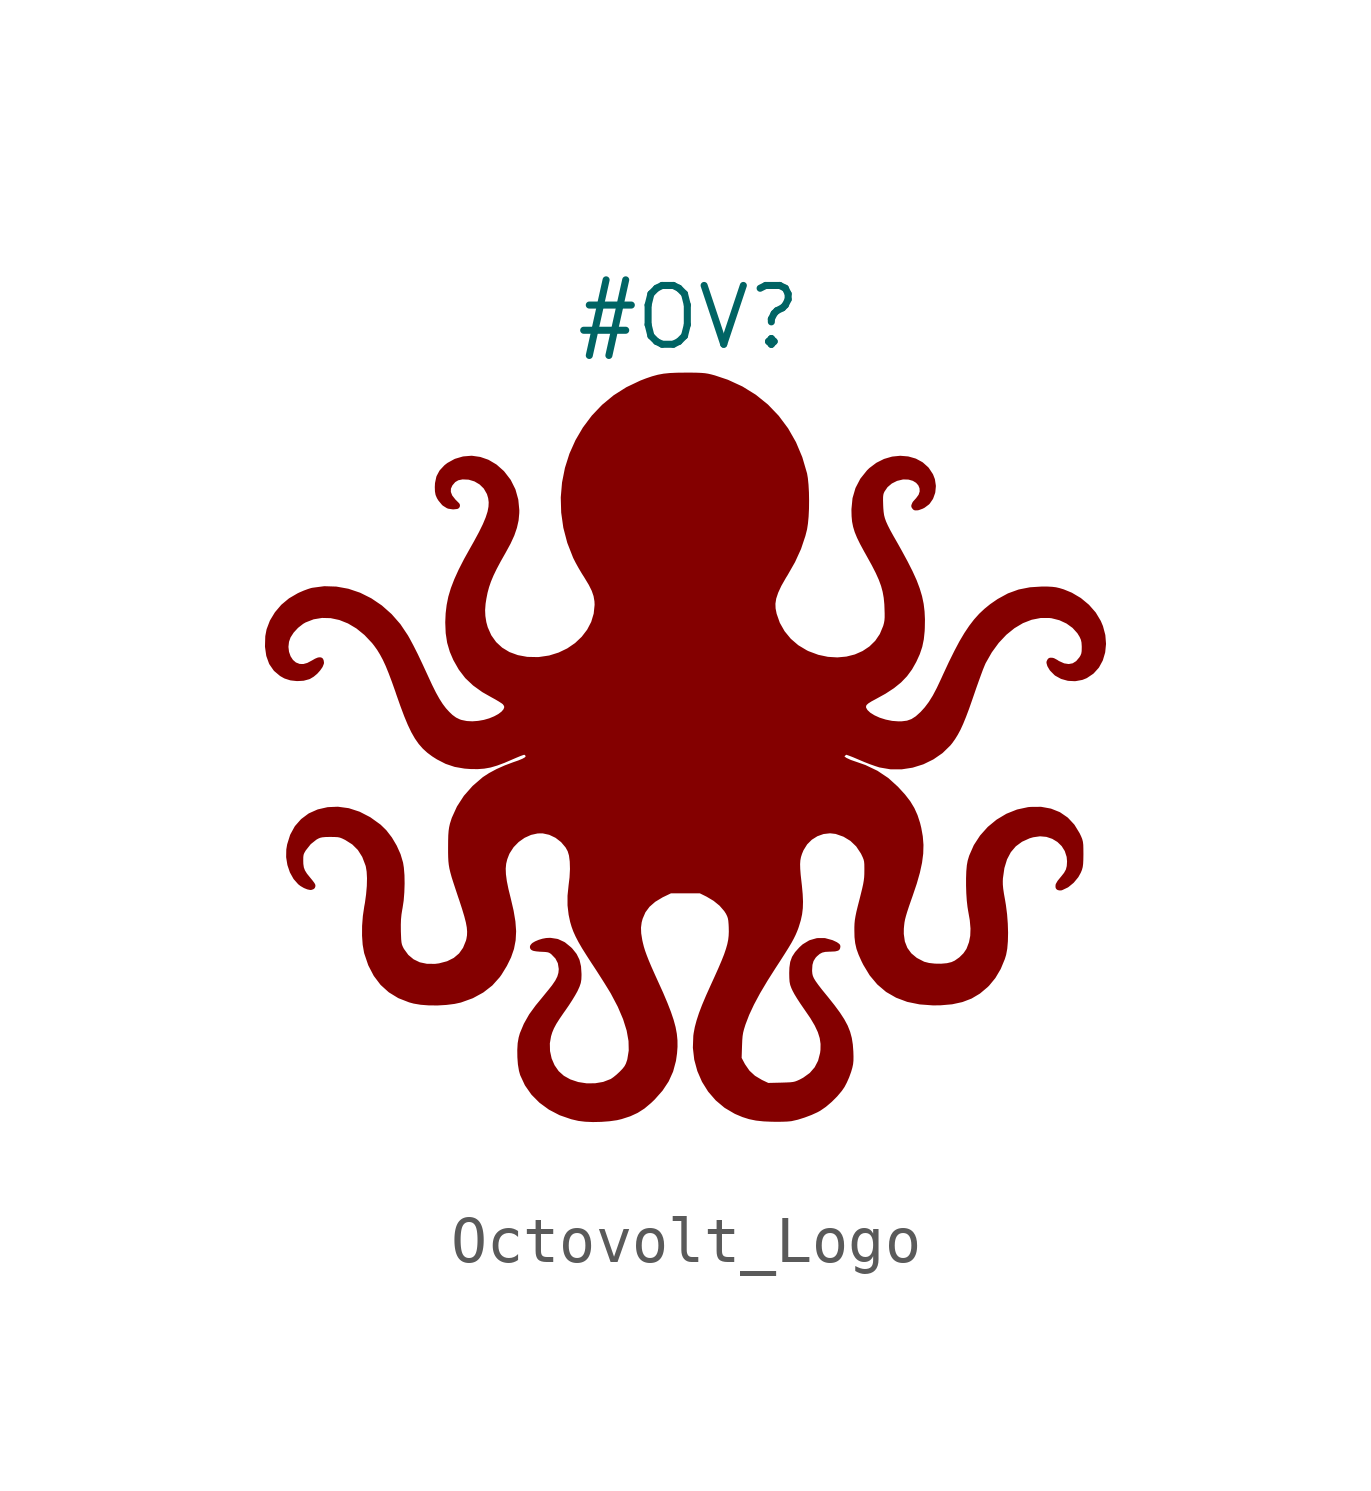
<source format=kicad_sym>
(kicad_symbol_lib
  (version 20211014)
  (generator kicad_symbol_editor)
  (symbol "Octovolt_Logo"
    (property "Reference" "#OV"
      (at 0 9.398 0)
      (effects (font (size 1.27 1.27))))
    (symbol "Octovolt_Logo_1_1"
      (polyline (pts (xy -0.254 8.128) (xy -0.404 8.121) (xy -0.532 8.108) (xy -0.65 8.086) (xy -0.768 8.054) (xy -0.897 8.01) (xy -1.016 7.964) (xy -1.31 7.824) (xy -1.578 7.654) (xy -1.82 7.454) (xy -2.035 7.228) (xy -2.221 6.98) (xy -2.378 6.712) (xy -2.505 6.428) (xy -2.599 6.131) (xy -2.66 5.824) (xy -2.687 5.509) (xy -2.678 5.191) (xy -2.633 4.871) (xy -2.55 4.554) (xy -2.428 4.242) (xy -2.42 4.225) (xy -2.373 4.133) (xy -2.311 4.021) (xy -2.242 3.905) (xy -2.185 3.815) (xy -2.091 3.659) (xy -2.024 3.524) (xy -1.981 3.399) (xy -1.96 3.276) (xy -1.956 3.189) (xy -1.977 2.987) (xy -2.035 2.794) (xy -2.129 2.614) (xy -2.254 2.451) (xy -2.406 2.307) (xy -2.584 2.185) (xy -2.782 2.09) (xy -2.997 2.023) (xy -3.227 1.989) (xy -3.258 1.987) (xy -3.494 1.992) (xy -3.71 2.032) (xy -3.904 2.103) (xy -4.074 2.206) (xy -4.216 2.337) (xy -4.33 2.497) (xy -4.412 2.682) (xy -4.445 2.803) (xy -4.467 2.943) (xy -4.473 3.078) (xy -4.462 3.225) (xy -4.444 3.338) (xy -4.418 3.47) (xy -4.384 3.596) (xy -4.341 3.721) (xy -4.286 3.853) (xy -4.215 4) (xy -4.126 4.167) (xy -4.022 4.351) (xy -3.916 4.545) (xy -3.837 4.717) (xy -3.783 4.875) (xy -3.749 5.026) (xy -3.735 5.179) (xy -3.734 5.232) (xy -3.755 5.45) (xy -3.813 5.658) (xy -3.909 5.85) (xy -4.039 6.019) (xy -4.048 6.029) (xy -4.196 6.16) (xy -4.357 6.255) (xy -4.519 6.311) (xy -4.688 6.335) (xy -4.859 6.321) (xy -5.022 6.273) (xy -5.169 6.192) (xy -5.223 6.15) (xy -5.318 6.048) (xy -5.376 5.939) (xy -5.403 5.811) (xy -5.407 5.735) (xy -5.404 5.649) (xy -5.393 5.586) (xy -5.369 5.53) (xy -5.344 5.489) (xy -5.268 5.397) (xy -5.182 5.343) (xy -5.09 5.329) (xy -5.083 5.329) (xy -5.016 5.336) (xy -5.095 5.415) (xy -5.174 5.515) (xy -5.213 5.617) (xy -5.211 5.717) (xy -5.168 5.812) (xy -5.092 5.901) (xy -5.004 5.953) (xy -4.894 5.976) (xy -4.892 5.977) (xy -4.739 5.97) (xy -4.596 5.927) (xy -4.469 5.852) (xy -4.365 5.75) (xy -4.292 5.623) (xy -4.285 5.608) (xy -4.256 5.51) (xy -4.243 5.41) (xy -4.248 5.303) (xy -4.27 5.186) (xy -4.313 5.053) (xy -4.376 4.902) (xy -4.462 4.727) (xy -4.571 4.525) (xy -4.645 4.394) (xy -4.785 4.143) (xy -4.9 3.918) (xy -4.992 3.715) (xy -5.064 3.528) (xy -5.117 3.351) (xy -5.152 3.177) (xy -5.173 3.002) (xy -5.181 2.82) (xy -5.181 2.806) (xy -5.172 2.586) (xy -5.142 2.389) (xy -5.087 2.202) (xy -5.015 2.034) (xy -4.902 1.835) (xy -4.769 1.661) (xy -4.608 1.509) (xy -4.416 1.371) (xy -4.238 1.27) (xy -4.144 1.218) (xy -4.059 1.168) (xy -3.993 1.125) (xy -3.957 1.097) (xy -3.913 1.032) (xy -3.907 0.964) (xy -3.934 0.896) (xy -3.989 0.831) (xy -4.069 0.77) (xy -4.168 0.716) (xy -4.282 0.669) (xy -4.407 0.633) (xy -4.539 0.61) (xy -4.672 0.6) (xy -4.802 0.607) (xy -4.925 0.632) (xy -4.97 0.647) (xy -5.063 0.692) (xy -5.151 0.756) (xy -5.224 0.826) (xy -5.301 0.91) (xy -5.375 1.008) (xy -5.449 1.124) (xy -5.527 1.264) (xy -5.611 1.433) (xy -5.703 1.632) (xy -5.818 1.881) (xy -5.92 2.096) (xy -6.012 2.278) (xy -6.095 2.433) (xy -6.129 2.493) (xy -6.287 2.729) (xy -6.47 2.938) (xy -6.673 3.118) (xy -6.893 3.267) (xy -7.125 3.383) (xy -7.368 3.465) (xy -7.616 3.51) (xy -7.866 3.518) (xy -8.114 3.485) (xy -8.137 3.48) (xy -8.2 3.46) (xy -8.286 3.428) (xy -8.379 3.388) (xy -8.412 3.372) (xy -8.588 3.269) (xy -8.744 3.139) (xy -8.874 2.986) (xy -8.975 2.819) (xy -9.042 2.643) (xy -9.068 2.506) (xy -9.074 2.292) (xy -9.048 2.107) (xy -8.991 1.949) (xy -8.901 1.819) (xy -8.78 1.717) (xy -8.698 1.671) (xy -8.585 1.635) (xy -8.456 1.621) (xy -8.328 1.628) (xy -8.217 1.658) (xy -8.211 1.661) (xy -8.142 1.702) (xy -8.075 1.758) (xy -8.018 1.822) (xy -7.974 1.885) (xy -7.952 1.94) (xy -7.958 1.979) (xy -7.96 1.982) (xy -7.986 1.981) (xy -8.036 1.96) (xy -8.093 1.927) (xy -8.208 1.866) (xy -8.309 1.838) (xy -8.409 1.839) (xy -8.422 1.842) (xy -8.522 1.881) (xy -8.604 1.952) (xy -8.666 2.047) (xy -8.706 2.161) (xy -8.72 2.284) (xy -8.706 2.41) (xy -8.667 2.521) (xy -8.591 2.639) (xy -8.488 2.751) (xy -8.369 2.844) (xy -8.307 2.88) (xy -8.119 2.953) (xy -7.923 2.985) (xy -7.723 2.98) (xy -7.522 2.937) (xy -7.324 2.858) (xy -7.132 2.744) (xy -6.95 2.596) (xy -6.78 2.416) (xy -6.733 2.356) (xy -6.664 2.26) (xy -6.6 2.155) (xy -6.537 2.038) (xy -6.474 1.902) (xy -6.409 1.742) (xy -6.338 1.554) (xy -6.259 1.331) (xy -6.243 1.282) (xy -6.154 1.03) (xy -6.073 0.814) (xy -5.997 0.631) (xy -5.923 0.476) (xy -5.848 0.345) (xy -5.771 0.235) (xy -5.688 0.14) (xy -5.597 0.057) (xy -5.495 -0.019) (xy -5.399 -0.08) (xy -5.22 -0.172) (xy -5.035 -0.234) (xy -4.832 -0.269) (xy -4.707 -0.278) (xy -4.56 -0.28) (xy -4.426 -0.27) (xy -4.296 -0.247) (xy -4.16 -0.207) (xy -4.005 -0.149) (xy -3.854 -0.084) (xy -3.754 -0.041) (xy -3.665 -0.004) (xy -3.596 0.021) (xy -3.555 0.033) (xy -3.55 0.034) (xy -3.497 0.015) (xy -3.457 -0.029) (xy -3.443 -0.085) (xy -3.445 -0.098) (xy -3.463 -0.134) (xy -3.499 -0.168) (xy -3.561 -0.202) (xy -3.653 -0.24) (xy -3.771 -0.281) (xy -3.946 -0.347) (xy -4.118 -0.424) (xy -4.273 -0.507) (xy -4.399 -0.589) (xy -4.403 -0.592) (xy -4.614 -0.774) (xy -4.794 -0.978) (xy -4.938 -1.2) (xy -5.045 -1.435) (xy -5.083 -1.554) (xy -5.098 -1.621) (xy -5.109 -1.696) (xy -5.116 -1.788) (xy -5.119 -1.906) (xy -5.12 -2.051) (xy -5.12 -2.162) (xy -5.118 -2.255) (xy -5.114 -2.336) (xy -5.106 -2.411) (xy -5.093 -2.488) (xy -5.073 -2.571) (xy -5.046 -2.669) (xy -5.009 -2.785) (xy -4.962 -2.928) (xy -4.904 -3.103) (xy -4.886 -3.154) (xy -4.822 -3.351) (xy -4.773 -3.514) (xy -4.738 -3.65) (xy -4.717 -3.765) (xy -4.709 -3.864) (xy -4.712 -3.952) (xy -4.726 -4.037) (xy -4.738 -4.084) (xy -4.806 -4.251) (xy -4.903 -4.388) (xy -5.032 -4.497) (xy -5.19 -4.576) (xy -5.377 -4.625) (xy -5.47 -4.637) (xy -5.66 -4.636) (xy -5.832 -4.6) (xy -5.983 -4.527) (xy -6.111 -4.42) (xy -6.213 -4.28) (xy -6.228 -4.253) (xy -6.251 -4.205) (xy -6.267 -4.16) (xy -6.278 -4.107) (xy -6.285 -4.036) (xy -6.289 -3.938) (xy -6.292 -3.861) (xy -6.293 -3.715) (xy -6.289 -3.595) (xy -6.278 -3.484) (xy -6.259 -3.365) (xy -6.255 -3.347) (xy -6.231 -3.188) (xy -6.217 -3.01) (xy -6.211 -2.827) (xy -6.214 -2.65) (xy -6.227 -2.491) (xy -6.243 -2.391) (xy -6.294 -2.219) (xy -6.373 -2.043) (xy -6.473 -1.874) (xy -6.587 -1.726) (xy -6.703 -1.613) (xy -6.917 -1.459) (xy -7.136 -1.346) (xy -7.357 -1.274) (xy -7.579 -1.244) (xy -7.787 -1.253) (xy -7.989 -1.299) (xy -8.168 -1.379) (xy -8.319 -1.492) (xy -8.443 -1.633) (xy -8.536 -1.803) (xy -8.597 -1.998) (xy -8.614 -2.099) (xy -8.617 -2.253) (xy -8.592 -2.409) (xy -8.542 -2.556) (xy -8.47 -2.685) (xy -8.38 -2.787) (xy -8.341 -2.817) (xy -8.276 -2.855) (xy -8.214 -2.88) (xy -8.165 -2.89) (xy -8.139 -2.881) (xy -8.137 -2.874) (xy -8.15 -2.852) (xy -8.183 -2.808) (xy -8.229 -2.752) (xy -8.306 -2.657) (xy -8.356 -2.576) (xy -8.385 -2.498) (xy -8.398 -2.41) (xy -8.4 -2.336) (xy -8.399 -2.249) (xy -8.391 -2.188) (xy -8.372 -2.137) (xy -8.338 -2.078) (xy -8.331 -2.067) (xy -8.216 -1.922) (xy -8.08 -1.814) (xy -8.031 -1.787) (xy -7.981 -1.766) (xy -7.922 -1.753) (xy -7.843 -1.746) (xy -7.739 -1.744) (xy -7.639 -1.746) (xy -7.568 -1.75) (xy -7.51 -1.762) (xy -7.453 -1.784) (xy -7.381 -1.819) (xy -7.218 -1.922) (xy -7.085 -2.054) (xy -6.982 -2.217) (xy -6.908 -2.41) (xy -6.898 -2.445) (xy -6.879 -2.562) (xy -6.871 -2.711) (xy -6.875 -2.882) (xy -6.891 -3.067) (xy -6.917 -3.258) (xy -6.931 -3.332) (xy -6.961 -3.536) (xy -6.977 -3.745) (xy -6.978 -3.95) (xy -6.965 -4.138) (xy -6.937 -4.299) (xy -6.933 -4.316) (xy -6.849 -4.564) (xy -6.737 -4.779) (xy -6.598 -4.963) (xy -6.431 -5.114) (xy -6.237 -5.233) (xy -6.014 -5.32) (xy -5.922 -5.345) (xy -5.777 -5.369) (xy -5.606 -5.382) (xy -5.421 -5.383) (xy -5.238 -5.372) (xy -5.07 -5.351) (xy -4.941 -5.323) (xy -4.694 -5.234) (xy -4.478 -5.116) (xy -4.293 -4.972) (xy -4.141 -4.802) (xy -4.106 -4.753) (xy -3.993 -4.568) (xy -3.907 -4.393) (xy -3.847 -4.22) (xy -3.813 -4.044) (xy -3.803 -3.858) (xy -3.818 -3.654) (xy -3.856 -3.427) (xy -3.915 -3.173) (xy -3.967 -2.962) (xy -4.003 -2.784) (xy -4.023 -2.633) (xy -4.028 -2.502) (xy -4.017 -2.386) (xy -3.991 -2.279) (xy -3.95 -2.173) (xy -3.933 -2.136) (xy -3.841 -1.994) (xy -3.721 -1.871) (xy -3.582 -1.773) (xy -3.429 -1.704) (xy -3.271 -1.669) (xy -3.147 -1.667) (xy -2.987 -1.702) (xy -2.836 -1.774) (xy -2.703 -1.877) (xy -2.596 -2.004) (xy -2.543 -2.1) (xy -2.511 -2.206) (xy -2.493 -2.347) (xy -2.488 -2.514) (xy -2.498 -2.703) (xy -2.518 -2.869) (xy -2.541 -3.093) (xy -2.541 -3.294) (xy -2.518 -3.489) (xy -2.486 -3.639) (xy -2.457 -3.737) (xy -2.421 -3.835) (xy -2.374 -3.939) (xy -2.314 -4.054) (xy -2.237 -4.187) (xy -2.14 -4.341) (xy -2.022 -4.524) (xy -2.012 -4.538) (xy -1.925 -4.671) (xy -1.838 -4.807) (xy -1.756 -4.936) (xy -1.685 -5.051) (xy -1.63 -5.141) (xy -1.617 -5.163) (xy -1.463 -5.455) (xy -1.346 -5.729) (xy -1.266 -5.984) (xy -1.224 -6.221) (xy -1.219 -6.438) (xy -1.251 -6.636) (xy -1.26 -6.668) (xy -1.288 -6.748) (xy -1.322 -6.812) (xy -1.371 -6.875) (xy -1.435 -6.942) (xy -1.507 -7.009) (xy -1.581 -7.069) (xy -1.643 -7.112) (xy -1.655 -7.118) (xy -1.827 -7.184) (xy -2.016 -7.216) (xy -2.212 -7.217) (xy -2.405 -7.187) (xy -2.587 -7.126) (xy -2.741 -7.04) (xy -2.866 -6.928) (xy -2.964 -6.787) (xy -3.033 -6.627) (xy -3.071 -6.453) (xy -3.075 -6.272) (xy -3.047 -6.108) (xy -3.018 -6.014) (xy -2.979 -5.921) (xy -2.925 -5.82) (xy -2.852 -5.705) (xy -2.757 -5.566) (xy -2.726 -5.523) (xy -2.653 -5.417) (xy -2.581 -5.306) (xy -2.519 -5.204) (xy -2.473 -5.122) (xy -2.467 -5.11) (xy -2.428 -5.024) (xy -2.405 -4.956) (xy -2.394 -4.888) (xy -2.391 -4.803) (xy -2.391 -4.782) (xy -2.401 -4.626) (xy -2.431 -4.498) (xy -2.486 -4.387) (xy -2.57 -4.282) (xy -2.592 -4.26) (xy -2.717 -4.158) (xy -2.849 -4.097) (xy -2.993 -4.075) (xy -3.069 -4.079) (xy -3.14 -4.092) (xy -3.216 -4.115) (xy -3.284 -4.144) (xy -3.333 -4.173) (xy -3.353 -4.197) (xy -3.353 -4.198) (xy -3.334 -4.207) (xy -3.282 -4.216) (xy -3.207 -4.223) (xy -3.175 -4.224) (xy -3.085 -4.229) (xy -3.023 -4.238) (xy -2.978 -4.254) (xy -2.936 -4.281) (xy -2.916 -4.297) (xy -2.815 -4.402) (xy -2.753 -4.523) (xy -2.731 -4.661) (xy -2.73 -4.676) (xy -2.739 -4.77) (xy -2.766 -4.862) (xy -2.815 -4.959) (xy -2.89 -5.069) (xy -2.966 -5.165) (xy -3.034 -5.248) (xy -3.116 -5.349) (xy -3.2 -5.451) (xy -3.244 -5.504) (xy -3.381 -5.692) (xy -3.492 -5.888) (xy -3.574 -6.084) (xy -3.598 -6.168) (xy -3.618 -6.283) (xy -3.626 -6.423) (xy -3.624 -6.575) (xy -3.613 -6.723) (xy -3.591 -6.855) (xy -3.568 -6.937) (xy -3.471 -7.146) (xy -3.338 -7.336) (xy -3.173 -7.502) (xy -2.979 -7.644) (xy -2.759 -7.759) (xy -2.516 -7.843) (xy -2.37 -7.877) (xy -2.231 -7.894) (xy -2.066 -7.901) (xy -1.891 -7.897) (xy -1.718 -7.884) (xy -1.562 -7.862) (xy -1.47 -7.84) (xy -1.291 -7.782) (xy -1.139 -7.712) (xy -1.001 -7.624) (xy -0.863 -7.508) (xy -0.791 -7.439) (xy -0.626 -7.253) (xy -0.5 -7.063) (xy -0.409 -6.861) (xy -0.35 -6.641) (xy -0.328 -6.486) (xy -0.318 -6.349) (xy -0.319 -6.217) (xy -0.332 -6.083) (xy -0.358 -5.943) (xy -0.399 -5.792) (xy -0.456 -5.623) (xy -0.53 -5.433) (xy -0.622 -5.215) (xy -0.716 -5.008) (xy -0.804 -4.814) (xy -0.876 -4.652) (xy -0.933 -4.517) (xy -0.978 -4.402) (xy -1.014 -4.302) (xy -1.042 -4.211) (xy -1.064 -4.123) (xy -1.077 -4.066) (xy -1.102 -3.909) (xy -1.107 -3.776) (xy -1.091 -3.652) (xy -1.067 -3.562) (xy -1.001 -3.409) (xy -0.902 -3.276) (xy -0.768 -3.159) (xy -0.597 -3.056) (xy -0.559 -3.038) (xy -0.401 -2.962) (xy 0.258 -2.962) (xy 0.42 -3.042) (xy 0.58 -3.137) (xy 0.719 -3.25) (xy 0.828 -3.376) (xy 0.87 -3.441) (xy 0.899 -3.5) (xy 0.918 -3.554) (xy 0.93 -3.618) (xy 0.937 -3.703) (xy 0.94 -3.768) (xy 0.942 -3.868) (xy 0.938 -3.962) (xy 0.927 -4.056) (xy 0.907 -4.153) (xy 0.877 -4.259) (xy 0.836 -4.38) (xy 0.781 -4.519) (xy 0.711 -4.683) (xy 0.625 -4.875) (xy 0.547 -5.046) (xy 0.443 -5.277) (xy 0.359 -5.476) (xy 0.293 -5.649) (xy 0.243 -5.803) (xy 0.206 -5.941) (xy 0.182 -6.069) (xy 0.175 -6.12) (xy 0.166 -6.37) (xy 0.194 -6.615) (xy 0.258 -6.851) (xy 0.354 -7.072) (xy 0.481 -7.275) (xy 0.637 -7.455) (xy 0.818 -7.607) (xy 1.023 -7.728) (xy 1.042 -7.737) (xy 1.187 -7.798) (xy 1.323 -7.841) (xy 1.465 -7.87) (xy 1.624 -7.887) (xy 1.79 -7.894) (xy 1.911 -7.896) (xy 2.028 -7.894) (xy 2.128 -7.89) (xy 2.201 -7.883) (xy 2.212 -7.881) (xy 2.339 -7.852) (xy 2.481 -7.807) (xy 2.622 -7.754) (xy 2.747 -7.697) (xy 2.8 -7.668) (xy 2.915 -7.589) (xy 3.036 -7.486) (xy 3.15 -7.372) (xy 3.246 -7.258) (xy 3.299 -7.181) (xy 3.345 -7.093) (xy 3.393 -6.985) (xy 3.431 -6.88) (xy 3.434 -6.872) (xy 3.459 -6.787) (xy 3.474 -6.717) (xy 3.481 -6.647) (xy 3.482 -6.561) (xy 3.479 -6.459) (xy 3.468 -6.311) (xy 3.447 -6.177) (xy 3.413 -6.051) (xy 3.363 -5.925) (xy 3.293 -5.795) (xy 3.202 -5.655) (xy 3.086 -5.498) (xy 2.943 -5.318) (xy 2.924 -5.295) (xy 2.818 -5.165) (xy 2.737 -5.06) (xy 2.677 -4.976) (xy 2.635 -4.907) (xy 2.609 -4.847) (xy 2.595 -4.79) (xy 2.589 -4.73) (xy 2.588 -4.701) (xy 2.596 -4.571) (xy 2.625 -4.469) (xy 2.679 -4.383) (xy 2.716 -4.343) (xy 2.786 -4.283) (xy 2.856 -4.246) (xy 2.938 -4.227) (xy 3.047 -4.221) (xy 3.063 -4.221) (xy 3.15 -4.217) (xy 3.195 -4.206) (xy 3.199 -4.186) (xy 3.161 -4.159) (xy 3.082 -4.122) (xy 3.08 -4.121) (xy 2.929 -4.08) (xy 2.779 -4.081) (xy 2.636 -4.122) (xy 2.505 -4.201) (xy 2.443 -4.258) (xy 2.357 -4.354) (xy 2.3 -4.442) (xy 2.266 -4.536) (xy 2.25 -4.648) (xy 2.246 -4.761) (xy 2.248 -4.863) (xy 2.253 -4.937) (xy 2.265 -4.996) (xy 2.287 -5.056) (xy 2.312 -5.11) (xy 2.349 -5.179) (xy 2.405 -5.271) (xy 2.472 -5.374) (xy 2.544 -5.479) (xy 2.56 -5.502) (xy 2.689 -5.69) (xy 2.788 -5.857) (xy 2.859 -6.008) (xy 2.903 -6.148) (xy 2.923 -6.285) (xy 2.921 -6.423) (xy 2.912 -6.498) (xy 2.865 -6.68) (xy 2.783 -6.838) (xy 2.666 -6.973) (xy 2.514 -7.083) (xy 2.43 -7.128) (xy 2.37 -7.155) (xy 2.319 -7.174) (xy 2.267 -7.186) (xy 2.202 -7.194) (xy 2.116 -7.198) (xy 1.998 -7.202) (xy 1.995 -7.202) (xy 1.702 -7.209) (xy 1.546 -7.135) (xy 1.385 -7.039) (xy 1.254 -6.918) (xy 1.149 -6.766) (xy 1.137 -6.743) (xy 1.066 -6.609) (xy 1.075 -6.33) (xy 1.08 -6.206) (xy 1.088 -6.111) (xy 1.101 -6.03) (xy 1.121 -5.951) (xy 1.15 -5.858) (xy 1.156 -5.84) (xy 1.235 -5.634) (xy 1.341 -5.407) (xy 1.475 -5.157) (xy 1.638 -4.883) (xy 1.803 -4.623) (xy 1.919 -4.445) (xy 2.014 -4.296) (xy 2.091 -4.173) (xy 2.152 -4.071) (xy 2.2 -3.983) (xy 2.238 -3.906) (xy 2.269 -3.834) (xy 2.296 -3.764) (xy 2.306 -3.734) (xy 2.346 -3.603) (xy 2.373 -3.479) (xy 2.388 -3.353) (xy 2.392 -3.217) (xy 2.385 -3.061) (xy 2.368 -2.876) (xy 2.361 -2.815) (xy 2.342 -2.647) (xy 2.332 -2.514) (xy 2.329 -2.406) (xy 2.335 -2.317) (xy 2.35 -2.237) (xy 2.375 -2.159) (xy 2.41 -2.075) (xy 2.412 -2.071) (xy 2.497 -1.934) (xy 2.61 -1.821) (xy 2.745 -1.736) (xy 2.894 -1.683) (xy 3.051 -1.665) (xy 3.19 -1.681) (xy 3.375 -1.746) (xy 3.538 -1.845) (xy 3.675 -1.976) (xy 3.782 -2.137) (xy 3.793 -2.158) (xy 3.827 -2.23) (xy 3.849 -2.286) (xy 3.862 -2.34) (xy 3.868 -2.405) (xy 3.869 -2.494) (xy 3.869 -2.543) (xy 3.868 -2.627) (xy 3.864 -2.701) (xy 3.855 -2.775) (xy 3.841 -2.857) (xy 3.819 -2.956) (xy 3.788 -3.082) (xy 3.761 -3.19) (xy 3.723 -3.338) (xy 3.695 -3.453) (xy 3.676 -3.546) (xy 3.663 -3.624) (xy 3.656 -3.696) (xy 3.653 -3.771) (xy 3.653 -3.836) (xy 3.656 -3.979) (xy 3.67 -4.102) (xy 3.696 -4.217) (xy 3.739 -4.336) (xy 3.8 -4.472) (xy 3.837 -4.546) (xy 3.97 -4.766) (xy 4.126 -4.952) (xy 4.306 -5.105) (xy 4.511 -5.223) (xy 4.74 -5.309) (xy 4.996 -5.361) (xy 5.279 -5.382) (xy 5.435 -5.38) (xy 5.677 -5.359) (xy 5.888 -5.313) (xy 6.074 -5.242) (xy 6.244 -5.141) (xy 6.401 -5.009) (xy 6.429 -4.982) (xy 6.559 -4.824) (xy 6.669 -4.638) (xy 6.754 -4.433) (xy 6.78 -4.348) (xy 6.803 -4.224) (xy 6.816 -4.069) (xy 6.82 -3.89) (xy 6.814 -3.697) (xy 6.799 -3.498) (xy 6.774 -3.302) (xy 6.756 -3.194) (xy 6.731 -3.054) (xy 6.715 -2.944) (xy 6.707 -2.854) (xy 6.706 -2.773) (xy 6.709 -2.708) (xy 6.742 -2.476) (xy 6.803 -2.276) (xy 6.893 -2.106) (xy 7.011 -1.967) (xy 7.159 -1.858) (xy 7.336 -1.778) (xy 7.422 -1.753) (xy 7.584 -1.73) (xy 7.739 -1.744) (xy 7.882 -1.792) (xy 8.008 -1.868) (xy 8.113 -1.97) (xy 8.19 -2.093) (xy 8.236 -2.236) (xy 8.246 -2.348) (xy 8.239 -2.46) (xy 8.216 -2.551) (xy 8.169 -2.637) (xy 8.094 -2.732) (xy 8.09 -2.736) (xy 8.028 -2.812) (xy 7.997 -2.866) (xy 7.996 -2.896) (xy 8.025 -2.901) (xy 8.04 -2.897) (xy 8.153 -2.843) (xy 8.259 -2.756) (xy 8.35 -2.646) (xy 8.398 -2.559) (xy 8.419 -2.508) (xy 8.433 -2.457) (xy 8.441 -2.396) (xy 8.445 -2.313) (xy 8.447 -2.199) (xy 8.447 -2.189) (xy 8.446 -2.078) (xy 8.444 -1.998) (xy 8.437 -1.938) (xy 8.424 -1.888) (xy 8.403 -1.837) (xy 8.374 -1.776) (xy 8.267 -1.601) (xy 8.135 -1.46) (xy 7.979 -1.353) (xy 7.801 -1.282) (xy 7.603 -1.246) (xy 7.387 -1.248) (xy 7.34 -1.252) (xy 7.112 -1.301) (xy 6.894 -1.388) (xy 6.692 -1.509) (xy 6.51 -1.659) (xy 6.352 -1.836) (xy 6.223 -2.034) (xy 6.128 -2.25) (xy 6.098 -2.35) (xy 6.081 -2.443) (xy 6.07 -2.568) (xy 6.065 -2.715) (xy 6.065 -2.873) (xy 6.07 -3.034) (xy 6.08 -3.186) (xy 6.095 -3.32) (xy 6.107 -3.394) (xy 6.145 -3.611) (xy 6.161 -3.799) (xy 6.155 -3.964) (xy 6.126 -4.113) (xy 6.074 -4.251) (xy 6.062 -4.278) (xy 5.991 -4.382) (xy 5.893 -4.479) (xy 5.781 -4.558) (xy 5.7 -4.595) (xy 5.588 -4.622) (xy 5.453 -4.634) (xy 5.311 -4.632) (xy 5.177 -4.617) (xy 5.066 -4.589) (xy 5.052 -4.584) (xy 4.883 -4.496) (xy 4.751 -4.386) (xy 4.654 -4.253) (xy 4.593 -4.098) (xy 4.568 -3.92) (xy 4.569 -3.798) (xy 4.576 -3.724) (xy 4.584 -3.655) (xy 4.597 -3.586) (xy 4.617 -3.509) (xy 4.644 -3.418) (xy 4.681 -3.305) (xy 4.73 -3.163) (xy 4.764 -3.067) (xy 4.852 -2.806) (xy 4.918 -2.574) (xy 4.963 -2.366) (xy 4.988 -2.174) (xy 4.993 -1.994) (xy 4.979 -1.817) (xy 4.947 -1.639) (xy 4.922 -1.537) (xy 4.87 -1.377) (xy 4.805 -1.232) (xy 4.721 -1.093) (xy 4.612 -0.952) (xy 4.471 -0.798) (xy 4.469 -0.795) (xy 4.264 -0.609) (xy 4.038 -0.458) (xy 3.787 -0.338) (xy 3.61 -0.276) (xy 3.471 -0.228) (xy 3.368 -0.18) (xy 3.302 -0.134) (xy 3.279 -0.103) (xy 3.284 -0.065) (xy 3.314 -0.021) (xy 3.356 0.017) (xy 3.399 0.034) (xy 3.401 0.034) (xy 3.433 0.025) (xy 3.495 0.003) (xy 3.58 -0.03) (xy 3.679 -0.072) (xy 3.709 -0.085) (xy 3.825 -0.134) (xy 3.943 -0.18) (xy 4.051 -0.218) (xy 4.135 -0.245) (xy 4.14 -0.246) (xy 4.362 -0.284) (xy 4.59 -0.285) (xy 4.818 -0.25) (xy 5.039 -0.181) (xy 5.245 -0.08) (xy 5.432 0.049) (xy 5.593 0.206) (xy 5.628 0.249) (xy 5.688 0.333) (xy 5.745 0.425) (xy 5.801 0.529) (xy 5.857 0.652) (xy 5.917 0.799) (xy 5.983 0.974) (xy 6.056 1.183) (xy 6.085 1.267) (xy 6.138 1.421) (xy 6.191 1.57) (xy 6.24 1.705) (xy 6.283 1.821) (xy 6.319 1.909) (xy 6.343 1.965) (xy 6.343 1.965) (xy 6.481 2.207) (xy 6.636 2.419) (xy 6.807 2.601) (xy 6.991 2.75) (xy 7.184 2.865) (xy 7.385 2.943) (xy 7.59 2.983) (xy 7.796 2.983) (xy 7.849 2.977) (xy 8.03 2.931) (xy 8.196 2.854) (xy 8.339 2.751) (xy 8.454 2.624) (xy 8.509 2.534) (xy 8.541 2.461) (xy 8.557 2.389) (xy 8.563 2.298) (xy 8.563 2.272) (xy 8.561 2.184) (xy 8.551 2.121) (xy 8.53 2.068) (xy 8.501 2.018) (xy 8.417 1.918) (xy 8.319 1.857) (xy 8.207 1.836) (xy 8.086 1.854) (xy 7.957 1.912) (xy 7.918 1.938) (xy 7.854 1.972) (xy 7.814 1.974) (xy 7.801 1.948) (xy 7.815 1.897) (xy 7.859 1.823) (xy 7.863 1.818) (xy 7.953 1.727) (xy 8.069 1.663) (xy 8.201 1.626) (xy 8.341 1.619) (xy 8.479 1.644) (xy 8.559 1.676) (xy 8.69 1.764) (xy 8.795 1.88) (xy 8.871 2.02) (xy 8.918 2.178) (xy 8.935 2.349) (xy 8.921 2.527) (xy 8.873 2.708) (xy 8.83 2.81) (xy 8.727 2.982) (xy 8.589 3.139) (xy 8.424 3.276) (xy 8.238 3.386) (xy 8.072 3.454) (xy 7.989 3.479) (xy 7.917 3.496) (xy 7.842 3.505) (xy 7.75 3.51) (xy 7.632 3.511) (xy 7.378 3.495) (xy 7.144 3.449) (xy 6.924 3.369) (xy 6.71 3.252) (xy 6.555 3.145) (xy 6.437 3.049) (xy 6.326 2.945) (xy 6.221 2.828) (xy 6.119 2.695) (xy 6.017 2.543) (xy 5.912 2.366) (xy 5.804 2.162) (xy 5.687 1.926) (xy 5.561 1.655) (xy 5.523 1.571) (xy 5.426 1.365) (xy 5.336 1.194) (xy 5.247 1.051) (xy 5.155 0.929) (xy 5.061 0.825) (xy 4.949 0.724) (xy 4.843 0.656) (xy 4.731 0.616) (xy 4.602 0.6) (xy 4.531 0.599) (xy 4.382 0.61) (xy 4.235 0.64) (xy 4.098 0.683) (xy 3.975 0.739) (xy 3.874 0.802) (xy 3.8 0.872) (xy 3.758 0.944) (xy 3.752 0.985) (xy 3.758 1.035) (xy 3.783 1.079) (xy 3.831 1.123) (xy 3.908 1.172) (xy 3.999 1.221) (xy 4.211 1.338) (xy 4.388 1.454) (xy 4.534 1.572) (xy 4.655 1.698) (xy 4.758 1.838) (xy 4.846 1.994) (xy 4.919 2.154) (xy 4.969 2.303) (xy 5.001 2.457) (xy 5.019 2.63) (xy 5.022 2.7) (xy 5.025 2.877) (xy 5.017 3.042) (xy 4.998 3.201) (xy 4.965 3.359) (xy 4.916 3.522) (xy 4.851 3.695) (xy 4.766 3.882) (xy 4.661 4.09) (xy 4.534 4.324) (xy 4.448 4.478) (xy 4.357 4.637) (xy 4.285 4.767) (xy 4.231 4.873) (xy 4.191 4.962) (xy 4.163 5.04) (xy 4.144 5.114) (xy 4.133 5.191) (xy 4.126 5.275) (xy 4.123 5.34) (xy 4.12 5.448) (xy 4.121 5.524) (xy 4.127 5.58) (xy 4.139 5.626) (xy 4.16 5.673) (xy 4.16 5.673) (xy 4.236 5.784) (xy 4.343 5.875) (xy 4.472 5.94) (xy 4.614 5.974) (xy 4.627 5.976) (xy 4.758 5.972) (xy 4.87 5.94) (xy 4.96 5.885) (xy 5.024 5.811) (xy 5.059 5.725) (xy 5.064 5.631) (xy 5.033 5.534) (xy 4.964 5.44) (xy 4.955 5.432) (xy 4.9 5.37) (xy 4.882 5.327) (xy 4.897 5.307) (xy 4.944 5.309) (xy 5.021 5.337) (xy 5.051 5.352) (xy 5.142 5.42) (xy 5.208 5.516) (xy 5.249 5.631) (xy 5.261 5.757) (xy 5.242 5.885) (xy 5.207 5.976) (xy 5.121 6.106) (xy 5.008 6.207) (xy 4.875 6.279) (xy 4.727 6.321) (xy 4.569 6.334) (xy 4.407 6.318) (xy 4.246 6.271) (xy 4.092 6.194) (xy 3.95 6.087) (xy 3.906 6.044) (xy 3.77 5.874) (xy 3.672 5.686) (xy 3.612 5.48) (xy 3.59 5.254) (xy 3.59 5.23) (xy 3.593 5.108) (xy 3.603 4.999) (xy 3.624 4.894) (xy 3.656 4.788) (xy 3.704 4.671) (xy 3.769 4.538) (xy 3.854 4.381) (xy 3.909 4.283) (xy 4.019 4.084) (xy 4.107 3.912) (xy 4.175 3.761) (xy 4.226 3.622) (xy 4.262 3.488) (xy 4.286 3.353) (xy 4.3 3.209) (xy 4.303 3.131) (xy 4.307 3.009) (xy 4.307 2.918) (xy 4.302 2.847) (xy 4.291 2.784) (xy 4.273 2.717) (xy 4.27 2.708) (xy 4.194 2.525) (xy 4.086 2.366) (xy 3.95 2.233) (xy 3.791 2.127) (xy 3.612 2.048) (xy 3.417 1.999) (xy 3.211 1.98) (xy 2.996 1.993) (xy 2.778 2.039) (xy 2.56 2.12) (xy 2.518 2.14) (xy 2.321 2.258) (xy 2.15 2.405) (xy 2.008 2.578) (xy 1.898 2.771) (xy 1.825 2.979) (xy 1.8 3.106) (xy 1.796 3.22) (xy 1.815 3.344) (xy 1.861 3.482) (xy 1.933 3.637) (xy 2.035 3.816) (xy 2.066 3.865) (xy 2.228 4.149) (xy 2.354 4.425) (xy 2.446 4.7) (xy 2.481 4.838) (xy 2.499 4.955) (xy 2.513 5.102) (xy 2.521 5.268) (xy 2.523 5.443) (xy 2.52 5.617) (xy 2.511 5.779) (xy 2.497 5.918) (xy 2.481 6.013) (xy 2.381 6.354) (xy 2.248 6.67) (xy 2.082 6.961) (xy 1.885 7.225) (xy 1.659 7.461) (xy 1.405 7.666) (xy 1.124 7.84) (xy 0.818 7.981) (xy 0.543 8.073) (xy 0.469 8.093) (xy 0.404 8.108) (xy 0.34 8.118) (xy 0.268 8.124) (xy 0.179 8.128) (xy 0.064 8.13) (xy -0.073 8.13) (xy -0.254 8.128)) (stroke (width 0) (type default) (color 0 0 0 0)) (fill (type outline))))))
</source>
